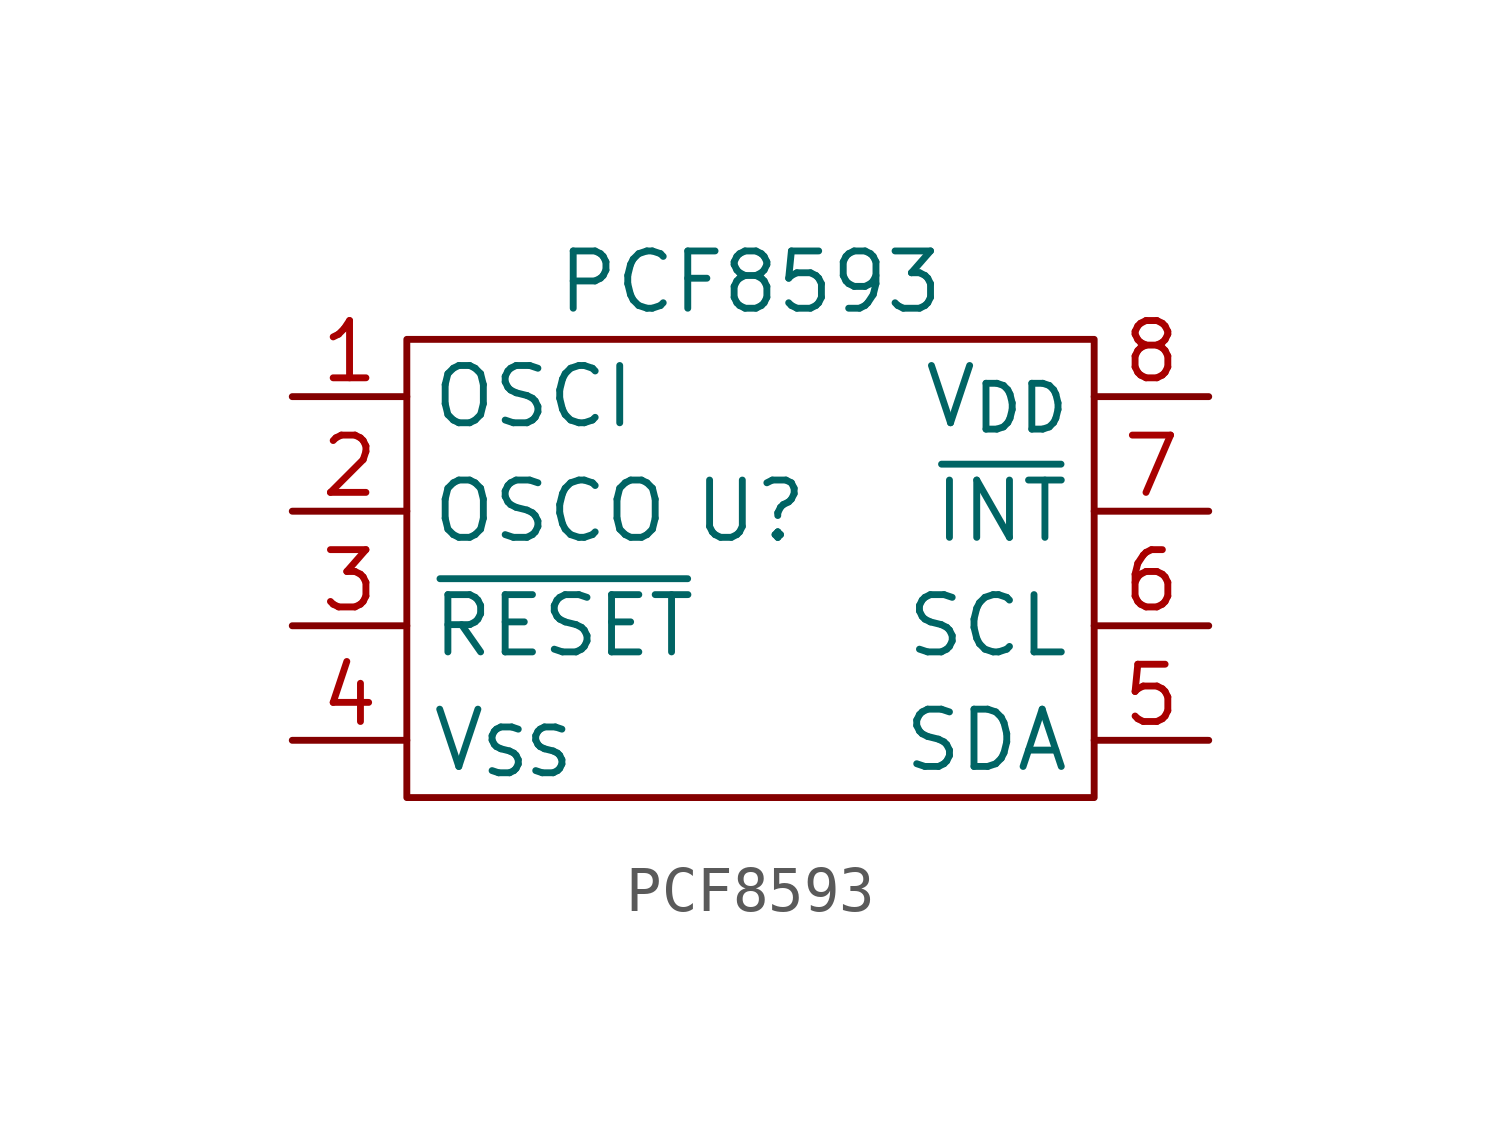
<source format=kicad_sym>
(kicad_symbol_lib
  (version 20220914)
  (generator kicad_symbol_editor)
  (symbol "PCF8593"
    (property "Reference" "U"
      (at 0 0 0)
      (effects (font (size 1.27 1.27))))
    (property "Value" "PCF8593"
      (at 0 5.08 0)
      (effects (font (size 1.27 1.27))))
    (symbol "PCF8593_0_1"
      (rectangle (start -7.62 3.81) (end 7.62 -6.35) (stroke (width 0) (type default)) (fill (type none))))
    (symbol "PCF8593_1_1"
      (pin input line (at -10.16 2.54 0) (length 2.54) (name "OSCI" (effects (font (size 1.27 1.27)))) (number "1" (effects (font (size 1.27 1.27)))))
      (pin input line (at -10.16 0 0) (length 2.54) (name "OSCO" (effects (font (size 1.27 1.27)))) (number "2" (effects (font (size 1.27 1.27)))))
      (pin input line (at -10.16 -2.54 0) (length 2.54) (name "~{RESET}" (effects (font (size 1.27 1.27)))) (number "3" (effects (font (size 1.27 1.27)))))
      (pin input line (at -10.16 -5.08 0) (length 2.54) (name "V_{SS}" (effects (font (size 1.27 1.27)))) (number "4" (effects (font (size 1.27 1.27)))))
      (pin input line (at 10.16 -5.08 180) (length 2.54) (name "SDA" (effects (font (size 1.27 1.27)))) (number "5" (effects (font (size 1.27 1.27)))))
      (pin input line (at 10.16 -2.54 180) (length 2.54) (name "SCL" (effects (font (size 1.27 1.27)))) (number "6" (effects (font (size 1.27 1.27)))))
      (pin input line (at 10.16 0 180) (length 2.54) (name "~{INT}" (effects (font (size 1.27 1.27)))) (number "7" (effects (font (size 1.27 1.27)))))
      (pin input line (at 10.16 2.54 180) (length 2.54) (name "V_{DD}" (effects (font (size 1.27 1.27)))) (number "8" (effects (font (size 1.27 1.27))))))))
</source>
